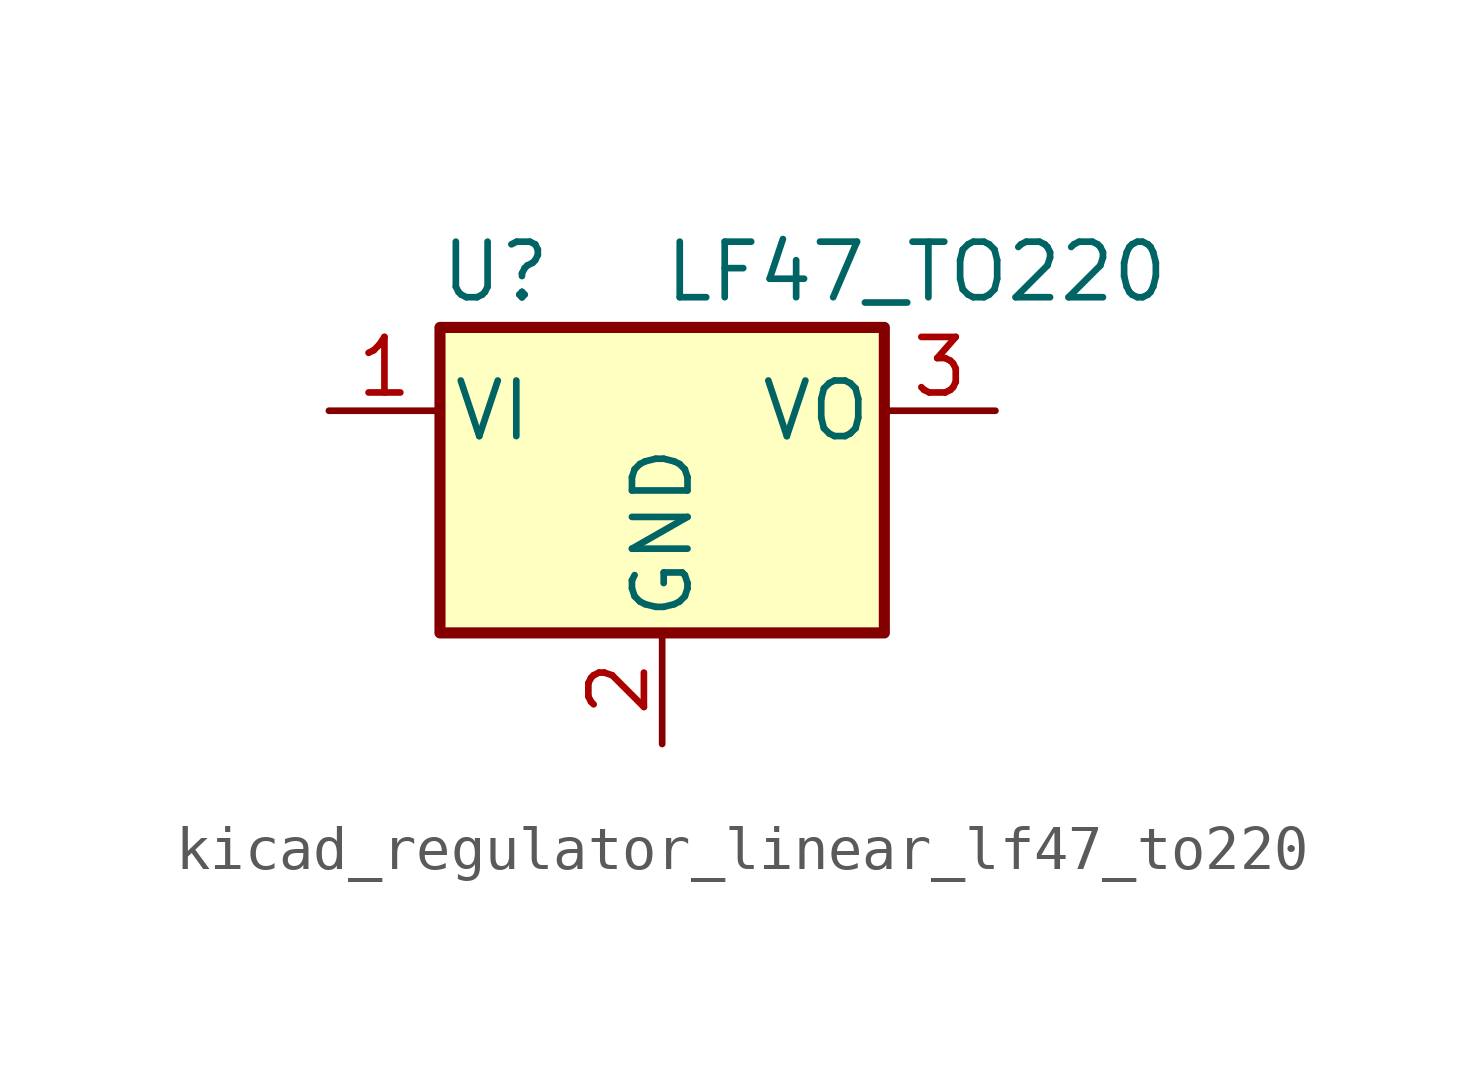
<source format=kicad_sym>
(kicad_symbol_lib
  (version 20220914)
  (generator kicad_symbol_editor)
  (symbol "kicad_regulator_linear_lf47_to220"
    (pin_names
      (offset 0.254))
    (property "Reference" "U"
      (at -3.81 3.175 0)
      (effects (font (size 1.27 1.27))))
    (property "Value" "LF47_TO220"
      (at 0 3.175 0)
      (effects (font (size 1.27 1.27)) (justify left)))
    (symbol "kicad_regulator_linear_lf47_to220_0_1"
      (rectangle (start -5.08 1.905) (end 5.08 -5.08) (stroke (width 0.254) (type default)) (fill (type background))))
    (symbol "kicad_regulator_linear_lf47_to220_1_1"
      (pin power_in line (at -7.62 0 0) (length 2.54) (name "VI" (effects (font (size 1.27 1.27)))) (number "1" (effects (font (size 1.27 1.27)))))
      (pin power_in line (at 0 -7.62 90) (length 2.54) (name "GND" (effects (font (size 1.27 1.27)))) (number "2" (effects (font (size 1.27 1.27)))))
      (pin power_out line (at 7.62 0 180) (length 2.54) (name "VO" (effects (font (size 1.27 1.27)))) (number "3" (effects (font (size 1.27 1.27))))))))
</source>
